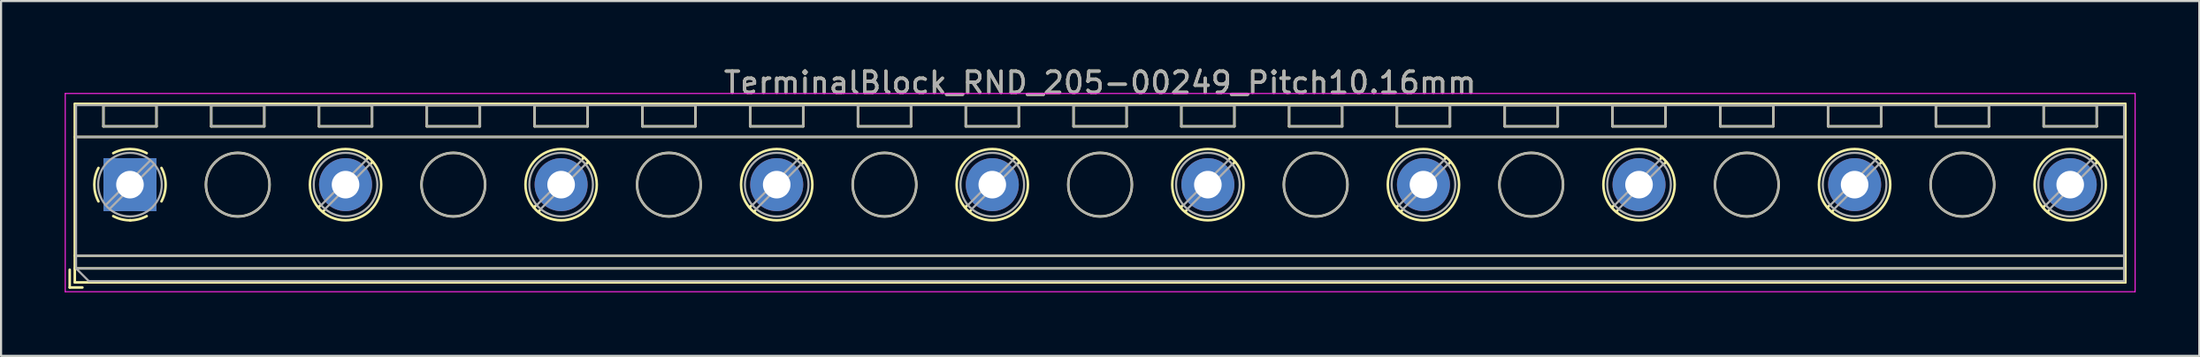
<source format=kicad_pcb>
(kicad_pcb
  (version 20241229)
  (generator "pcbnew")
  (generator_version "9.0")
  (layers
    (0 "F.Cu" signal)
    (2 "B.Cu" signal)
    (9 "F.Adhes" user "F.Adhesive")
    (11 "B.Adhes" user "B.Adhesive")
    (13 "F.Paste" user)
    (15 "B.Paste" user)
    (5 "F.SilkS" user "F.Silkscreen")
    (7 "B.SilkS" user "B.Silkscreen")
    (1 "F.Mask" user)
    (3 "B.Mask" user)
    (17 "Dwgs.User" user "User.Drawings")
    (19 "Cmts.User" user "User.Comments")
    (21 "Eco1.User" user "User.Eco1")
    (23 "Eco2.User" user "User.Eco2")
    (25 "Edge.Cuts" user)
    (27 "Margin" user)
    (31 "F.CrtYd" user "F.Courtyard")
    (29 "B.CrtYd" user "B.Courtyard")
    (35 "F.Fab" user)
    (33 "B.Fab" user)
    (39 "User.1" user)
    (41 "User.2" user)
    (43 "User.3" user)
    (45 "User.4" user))
  (footprint "TerminalBlock_RND_205-00249_Pitch10.16mm"
    (layer "F.Cu")
    (at 3.075 5.658)
    (property "Reference" "TerminalBlock_RND_205-00249_Pitch10.16mm" (at 45.72 -4.81 0) (layer "F.SilkS") (effects (font (size 1 1) (thickness 0.15))))
    (attr through_hole)
    (fp_line (start -2.84 4.01) (end -2.84 4.85) (stroke (width 0.12) (type solid)) (layer "F.SilkS"))
    (fp_line (start -2.84 4.85) (end -2.24 4.85) (stroke (width 0.12) (type solid)) (layer "F.SilkS"))
    (fp_line (start -2.6 -3.81) (end -2.6 4.61) (stroke (width 0.12) (type solid)) (layer "F.SilkS"))
    (fp_line (start -2.6 -2.25) (end 94.04 -2.25) (stroke (width 0.12) (type solid)) (layer "F.SilkS"))
    (fp_line (start -2.6 3.35) (end 94.04 3.35) (stroke (width 0.12) (type solid)) (layer "F.SilkS"))
    (fp_line (start -2.6 3.95) (end 94.04 3.95) (stroke (width 0.12) (type solid)) (layer "F.SilkS"))
    (fp_line (start -2.6 4.61) (end 94.04 4.61) (stroke (width 0.12) (type solid)) (layer "F.SilkS"))
    (fp_line (start -1.25 -3.751) (end -1.25 -2.751) (stroke (width 0.12) (type solid)) (layer "F.SilkS"))
    (fp_line (start -1.25 -3.751) (end 1.25 -3.751) (stroke (width 0.12) (type solid)) (layer "F.SilkS"))
    (fp_line (start -1.25 -2.751) (end 1.25 -2.751) (stroke (width 0.12) (type solid)) (layer "F.SilkS"))
    (fp_line (start 1.25 -3.751) (end 1.25 -2.751) (stroke (width 0.12) (type solid)) (layer "F.SilkS"))
    (fp_line (start 3.83 -3.751) (end 3.83 -2.751) (stroke (width 0.12) (type solid)) (layer "F.SilkS"))
    (fp_line (start 3.83 -3.751) (end 6.33 -3.751) (stroke (width 0.12) (type solid)) (layer "F.SilkS"))
    (fp_line (start 3.83 -2.751) (end 6.33 -2.751) (stroke (width 0.12) (type solid)) (layer "F.SilkS"))
    (fp_line (start 6.33 -3.751) (end 6.33 -2.751) (stroke (width 0.12) (type solid)) (layer "F.SilkS"))
    (fp_line (start 8.91 -3.751) (end 8.91 -2.751) (stroke (width 0.12) (type solid)) (layer "F.SilkS"))
    (fp_line (start 8.91 -3.751) (end 11.41 -3.751) (stroke (width 0.12) (type solid)) (layer "F.SilkS"))
    (fp_line (start 8.91 -2.751) (end 11.41 -2.751) (stroke (width 0.12) (type solid)) (layer "F.SilkS"))
    (fp_line (start 8.98 0.976) (end 8.886 1.069) (stroke (width 0.12) (type solid)) (layer "F.SilkS"))
    (fp_line (start 9.15 1.216) (end 9.091 1.274) (stroke (width 0.12) (type solid)) (layer "F.SilkS"))
    (fp_line (start 11.23 -1.275) (end 11.171 -1.216) (stroke (width 0.12) (type solid)) (layer "F.SilkS"))
    (fp_line (start 11.41 -3.751) (end 11.41 -2.751) (stroke (width 0.12) (type solid)) (layer "F.SilkS"))
    (fp_line (start 11.435 -1.069) (end 11.341 -0.976) (stroke (width 0.12) (type solid)) (layer "F.SilkS"))
    (fp_line (start 13.99 -3.751) (end 13.99 -2.751) (stroke (width 0.12) (type solid)) (layer "F.SilkS"))
    (fp_line (start 13.99 -3.751) (end 16.49 -3.751) (stroke (width 0.12) (type solid)) (layer "F.SilkS"))
    (fp_line (start 13.99 -2.751) (end 16.49 -2.751) (stroke (width 0.12) (type solid)) (layer "F.SilkS"))
    (fp_line (start 16.49 -3.751) (end 16.49 -2.751) (stroke (width 0.12) (type solid)) (layer "F.SilkS"))
    (fp_line (start 19.07 -3.751) (end 19.07 -2.751) (stroke (width 0.12) (type solid)) (layer "F.SilkS"))
    (fp_line (start 19.07 -3.751) (end 21.57 -3.751) (stroke (width 0.12) (type solid)) (layer "F.SilkS"))
    (fp_line (start 19.07 -2.751) (end 21.57 -2.751) (stroke (width 0.12) (type solid)) (layer "F.SilkS"))
    (fp_line (start 19.14 0.976) (end 19.046 1.069) (stroke (width 0.12) (type solid)) (layer "F.SilkS"))
    (fp_line (start 19.31 1.216) (end 19.251 1.274) (stroke (width 0.12) (type solid)) (layer "F.SilkS"))
    (fp_line (start 21.39 -1.275) (end 21.331 -1.216) (stroke (width 0.12) (type solid)) (layer "F.SilkS"))
    (fp_line (start 21.57 -3.751) (end 21.57 -2.751) (stroke (width 0.12) (type solid)) (layer "F.SilkS"))
    (fp_line (start 21.595 -1.069) (end 21.501 -0.976) (stroke (width 0.12) (type solid)) (layer "F.SilkS"))
    (fp_line (start 24.15 -3.751) (end 24.15 -2.751) (stroke (width 0.12) (type solid)) (layer "F.SilkS"))
    (fp_line (start 24.15 -3.751) (end 26.65 -3.751) (stroke (width 0.12) (type solid)) (layer "F.SilkS"))
    (fp_line (start 24.15 -2.751) (end 26.65 -2.751) (stroke (width 0.12) (type solid)) (layer "F.SilkS"))
    (fp_line (start 26.65 -3.751) (end 26.65 -2.751) (stroke (width 0.12) (type solid)) (layer "F.SilkS"))
    (fp_line (start 29.23 -3.751) (end 29.23 -2.751) (stroke (width 0.12) (type solid)) (layer "F.SilkS"))
    (fp_line (start 29.23 -3.751) (end 31.73 -3.751) (stroke (width 0.12) (type solid)) (layer "F.SilkS"))
    (fp_line (start 29.23 -2.751) (end 31.73 -2.751) (stroke (width 0.12) (type solid)) (layer "F.SilkS"))
    (fp_line (start 29.3 0.976) (end 29.206 1.069) (stroke (width 0.12) (type solid)) (layer "F.SilkS"))
    (fp_line (start 29.47 1.216) (end 29.411 1.274) (stroke (width 0.12) (type solid)) (layer "F.SilkS"))
    (fp_line (start 31.55 -1.275) (end 31.491 -1.216) (stroke (width 0.12) (type solid)) (layer "F.SilkS"))
    (fp_line (start 31.73 -3.751) (end 31.73 -2.751) (stroke (width 0.12) (type solid)) (layer "F.SilkS"))
    (fp_line (start 31.755 -1.069) (end 31.661 -0.976) (stroke (width 0.12) (type solid)) (layer "F.SilkS"))
    (fp_line (start 34.31 -3.751) (end 34.31 -2.751) (stroke (width 0.12) (type solid)) (layer "F.SilkS"))
    (fp_line (start 34.31 -3.751) (end 36.81 -3.751) (stroke (width 0.12) (type solid)) (layer "F.SilkS"))
    (fp_line (start 34.31 -2.751) (end 36.81 -2.751) (stroke (width 0.12) (type solid)) (layer "F.SilkS"))
    (fp_line (start 36.81 -3.751) (end 36.81 -2.751) (stroke (width 0.12) (type solid)) (layer "F.SilkS"))
    (fp_line (start 39.39 -3.751) (end 39.39 -2.751) (stroke (width 0.12) (type solid)) (layer "F.SilkS"))
    (fp_line (start 39.39 -3.751) (end 41.89 -3.751) (stroke (width 0.12) (type solid)) (layer "F.SilkS"))
    (fp_line (start 39.39 -2.751) (end 41.89 -2.751) (stroke (width 0.12) (type solid)) (layer "F.SilkS"))
    (fp_line (start 39.46 0.976) (end 39.366 1.069) (stroke (width 0.12) (type solid)) (layer "F.SilkS"))
    (fp_line (start 39.63 1.216) (end 39.571 1.274) (stroke (width 0.12) (type solid)) (layer "F.SilkS"))
    (fp_line (start 41.71 -1.275) (end 41.651 -1.216) (stroke (width 0.12) (type solid)) (layer "F.SilkS"))
    (fp_line (start 41.89 -3.751) (end 41.89 -2.751) (stroke (width 0.12) (type solid)) (layer "F.SilkS"))
    (fp_line (start 41.915 -1.069) (end 41.821 -0.976) (stroke (width 0.12) (type solid)) (layer "F.SilkS"))
    (fp_line (start 44.47 -3.751) (end 44.47 -2.751) (stroke (width 0.12) (type solid)) (layer "F.SilkS"))
    (fp_line (start 44.47 -3.751) (end 46.97 -3.751) (stroke (width 0.12) (type solid)) (layer "F.SilkS"))
    (fp_line (start 44.47 -2.751) (end 46.97 -2.751) (stroke (width 0.12) (type solid)) (layer "F.SilkS"))
    (fp_line (start 46.97 -3.751) (end 46.97 -2.751) (stroke (width 0.12) (type solid)) (layer "F.SilkS"))
    (fp_line (start 49.55 -3.751) (end 49.55 -2.751) (stroke (width 0.12) (type solid)) (layer "F.SilkS"))
    (fp_line (start 49.55 -3.751) (end 52.05 -3.751) (stroke (width 0.12) (type solid)) (layer "F.SilkS"))
    (fp_line (start 49.55 -2.751) (end 52.05 -2.751) (stroke (width 0.12) (type solid)) (layer "F.SilkS"))
    (fp_line (start 49.62 0.976) (end 49.526 1.069) (stroke (width 0.12) (type solid)) (layer "F.SilkS"))
    (fp_line (start 49.79 1.216) (end 49.731 1.274) (stroke (width 0.12) (type solid)) (layer "F.SilkS"))
    (fp_line (start 51.87 -1.275) (end 51.811 -1.216) (stroke (width 0.12) (type solid)) (layer "F.SilkS"))
    (fp_line (start 52.05 -3.751) (end 52.05 -2.751) (stroke (width 0.12) (type solid)) (layer "F.SilkS"))
    (fp_line (start 52.075 -1.069) (end 51.981 -0.976) (stroke (width 0.12) (type solid)) (layer "F.SilkS"))
    (fp_line (start 54.63 -3.751) (end 54.63 -2.751) (stroke (width 0.12) (type solid)) (layer "F.SilkS"))
    (fp_line (start 54.63 -3.751) (end 57.13 -3.751) (stroke (width 0.12) (type solid)) (layer "F.SilkS"))
    (fp_line (start 54.63 -2.751) (end 57.13 -2.751) (stroke (width 0.12) (type solid)) (layer "F.SilkS"))
    (fp_line (start 57.13 -3.751) (end 57.13 -2.751) (stroke (width 0.12) (type solid)) (layer "F.SilkS"))
    (fp_line (start 59.71 -3.751) (end 59.71 -2.751) (stroke (width 0.12) (type solid)) (layer "F.SilkS"))
    (fp_line (start 59.71 -3.751) (end 62.21 -3.751) (stroke (width 0.12) (type solid)) (layer "F.SilkS"))
    (fp_line (start 59.71 -2.751) (end 62.21 -2.751) (stroke (width 0.12) (type solid)) (layer "F.SilkS"))
    (fp_line (start 59.78 0.976) (end 59.686 1.069) (stroke (width 0.12) (type solid)) (layer "F.SilkS"))
    (fp_line (start 59.95 1.216) (end 59.891 1.274) (stroke (width 0.12) (type solid)) (layer "F.SilkS"))
    (fp_line (start 62.03 -1.275) (end 61.971 -1.216) (stroke (width 0.12) (type solid)) (layer "F.SilkS"))
    (fp_line (start 62.21 -3.751) (end 62.21 -2.751) (stroke (width 0.12) (type solid)) (layer "F.SilkS"))
    (fp_line (start 62.235 -1.069) (end 62.141 -0.976) (stroke (width 0.12) (type solid)) (layer "F.SilkS"))
    (fp_line (start 64.791 -3.751) (end 64.791 -2.751) (stroke (width 0.12) (type solid)) (layer "F.SilkS"))
    (fp_line (start 64.791 -3.751) (end 67.29 -3.751) (stroke (width 0.12) (type solid)) (layer "F.SilkS"))
    (fp_line (start 64.791 -2.751) (end 67.29 -2.751) (stroke (width 0.12) (type solid)) (layer "F.SilkS"))
    (fp_line (start 67.29 -3.751) (end 67.29 -2.751) (stroke (width 0.12) (type solid)) (layer "F.SilkS"))
    (fp_line (start 69.87 -3.751) (end 69.87 -2.751) (stroke (width 0.12) (type solid)) (layer "F.SilkS"))
    (fp_line (start 69.87 -3.751) (end 72.37 -3.751) (stroke (width 0.12) (type solid)) (layer "F.SilkS"))
    (fp_line (start 69.87 -2.751) (end 72.37 -2.751) (stroke (width 0.12) (type solid)) (layer "F.SilkS"))
    (fp_line (start 69.94 0.976) (end 69.846 1.069) (stroke (width 0.12) (type solid)) (layer "F.SilkS"))
    (fp_line (start 70.11 1.216) (end 70.051 1.274) (stroke (width 0.12) (type solid)) (layer "F.SilkS"))
    (fp_line (start 72.19 -1.275) (end 72.131 -1.216) (stroke (width 0.12) (type solid)) (layer "F.SilkS"))
    (fp_line (start 72.37 -3.751) (end 72.37 -2.751) (stroke (width 0.12) (type solid)) (layer "F.SilkS"))
    (fp_line (start 72.395 -1.069) (end 72.301 -0.976) (stroke (width 0.12) (type solid)) (layer "F.SilkS"))
    (fp_line (start 74.95 -3.751) (end 74.95 -2.751) (stroke (width 0.12) (type solid)) (layer "F.SilkS"))
    (fp_line (start 74.95 -3.751) (end 77.45 -3.751) (stroke (width 0.12) (type solid)) (layer "F.SilkS"))
    (fp_line (start 74.95 -2.751) (end 77.45 -2.751) (stroke (width 0.12) (type solid)) (layer "F.SilkS"))
    (fp_line (start 77.45 -3.751) (end 77.45 -2.751) (stroke (width 0.12) (type solid)) (layer "F.SilkS"))
    (fp_line (start 80.03 -3.751) (end 80.03 -2.751) (stroke (width 0.12) (type solid)) (layer "F.SilkS"))
    (fp_line (start 80.03 -3.751) (end 82.53 -3.751) (stroke (width 0.12) (type solid)) (layer "F.SilkS"))
    (fp_line (start 80.03 -2.751) (end 82.53 -2.751) (stroke (width 0.12) (type solid)) (layer "F.SilkS"))
    (fp_line (start 80.1 0.976) (end 80.006 1.069) (stroke (width 0.12) (type solid)) (layer "F.SilkS"))
    (fp_line (start 80.27 1.216) (end 80.211 1.274) (stroke (width 0.12) (type solid)) (layer "F.SilkS"))
    (fp_line (start 82.35 -1.275) (end 82.291 -1.216) (stroke (width 0.12) (type solid)) (layer "F.SilkS"))
    (fp_line (start 82.53 -3.751) (end 82.53 -2.751) (stroke (width 0.12) (type solid)) (layer "F.SilkS"))
    (fp_line (start 82.555 -1.069) (end 82.461 -0.976) (stroke (width 0.12) (type solid)) (layer "F.SilkS"))
    (fp_line (start 85.11 -3.751) (end 85.11 -2.751) (stroke (width 0.12) (type solid)) (layer "F.SilkS"))
    (fp_line (start 85.11 -3.751) (end 87.61 -3.751) (stroke (width 0.12) (type solid)) (layer "F.SilkS"))
    (fp_line (start 85.11 -2.751) (end 87.61 -2.751) (stroke (width 0.12) (type solid)) (layer "F.SilkS"))
    (fp_line (start 87.61 -3.751) (end 87.61 -2.751) (stroke (width 0.12) (type solid)) (layer "F.SilkS"))
    (fp_line (start 90.19 -3.751) (end 90.19 -2.751) (stroke (width 0.12) (type solid)) (layer "F.SilkS"))
    (fp_line (start 90.19 -3.751) (end 92.69 -3.751) (stroke (width 0.12) (type solid)) (layer "F.SilkS"))
    (fp_line (start 90.19 -2.751) (end 92.69 -2.751) (stroke (width 0.12) (type solid)) (layer "F.SilkS"))
    (fp_line (start 90.26 0.976) (end 90.166 1.069) (stroke (width 0.12) (type solid)) (layer "F.SilkS"))
    (fp_line (start 90.43 1.216) (end 90.371 1.274) (stroke (width 0.12) (type solid)) (layer "F.SilkS"))
    (fp_line (start 92.51 -1.275) (end 92.451 -1.216) (stroke (width 0.12) (type solid)) (layer "F.SilkS"))
    (fp_line (start 92.69 -3.751) (end 92.69 -2.751) (stroke (width 0.12) (type solid)) (layer "F.SilkS"))
    (fp_line (start 92.715 -1.069) (end 92.621 -0.976) (stroke (width 0.12) (type solid)) (layer "F.SilkS"))
    (fp_line (start 94.04 -3.81) (end -2.6 -3.81) (stroke (width 0.12) (type solid)) (layer "F.SilkS"))
    (fp_line (start 94.04 4.61) (end 94.04 -3.81) (stroke (width 0.12) (type solid)) (layer "F.SilkS"))
    (fp_arc (start -1.483953 0.789089) (mid -1.680708 0.00005) (end -1.484 -0.789) (stroke (width 0.12) (type solid)) (layer "F.SilkS"))
    (fp_arc (start -0.789089 -1.483953) (mid -0.00005 -1.680708) (end 0.789 -1.484) (stroke (width 0.12) (type solid)) (layer "F.SilkS"))
    (fp_arc (start 0.029383 1.68045) (mid -0.392304 1.634281) (end -0.789 1.484) (stroke (width 0.12) (type solid)) (layer "F.SilkS"))
    (fp_arc (start 0.788712 1.483352) (mid 0.406429 1.630097) (end 0 1.68) (stroke (width 0.12) (type solid)) (layer "F.SilkS"))
    (fp_arc (start 1.483953 -0.789089) (mid 1.680708 -0.00005) (end 1.484 0.789) (stroke (width 0.12) (type solid)) (layer "F.SilkS"))
    (fp_circle (center 5.08 0) (end 6.58 0) (stroke (width 0.12) (type solid)) (fill no) (layer "F.SilkS"))
    (fp_circle (center 10.16 0) (end 11.84 0) (stroke (width 0.12) (type solid)) (fill no) (layer "F.SilkS"))
    (fp_circle (center 15.24 0) (end 16.74 0) (stroke (width 0.12) (type solid)) (fill no) (layer "F.SilkS"))
    (fp_circle (center 20.32 0) (end 22 0) (stroke (width 0.12) (type solid)) (fill no) (layer "F.SilkS"))
    (fp_circle (center 25.4 0) (end 26.9 0) (stroke (width 0.12) (type solid)) (fill no) (layer "F.SilkS"))
    (fp_circle (center 30.48 0) (end 32.16 0) (stroke (width 0.12) (type solid)) (fill no) (layer "F.SilkS"))
    (fp_circle (center 35.56 0) (end 37.06 0) (stroke (width 0.12) (type solid)) (fill no) (layer "F.SilkS"))
    (fp_circle (center 40.64 0) (end 42.32 0) (stroke (width 0.12) (type solid)) (fill no) (layer "F.SilkS"))
    (fp_circle (center 45.72 0) (end 47.22 0) (stroke (width 0.12) (type solid)) (fill no) (layer "F.SilkS"))
    (fp_circle (center 50.8 0) (end 52.48 0) (stroke (width 0.12) (type solid)) (fill no) (layer "F.SilkS"))
    (fp_circle (center 55.88 0) (end 57.38 0) (stroke (width 0.12) (type solid)) (fill no) (layer "F.SilkS"))
    (fp_circle (center 60.96 0) (end 62.64 0) (stroke (width 0.12) (type solid)) (fill no) (layer "F.SilkS"))
    (fp_circle (center 66.04 0) (end 67.54 0) (stroke (width 0.12) (type solid)) (fill no) (layer "F.SilkS"))
    (fp_circle (center 71.12 0) (end 72.8 0) (stroke (width 0.12) (type solid)) (fill no) (layer "F.SilkS"))
    (fp_circle (center 76.2 0) (end 77.7 0) (stroke (width 0.12) (type solid)) (fill no) (layer "F.SilkS"))
    (fp_circle (center 81.28 0) (end 82.96 0) (stroke (width 0.12) (type solid)) (fill no) (layer "F.SilkS"))
    (fp_circle (center 86.36 0) (end 87.86 0) (stroke (width 0.12) (type solid)) (fill no) (layer "F.SilkS"))
    (fp_circle (center 91.44 0) (end 93.12 0) (stroke (width 0.12) (type solid)) (fill no) (layer "F.SilkS"))
    (fp_line (start -3.05 -4.3) (end -3.05 5.05) (stroke (width 0.05) (type solid)) (layer "F.CrtYd"))
    (fp_line (start -3.05 5.05) (end 94.5 5.05) (stroke (width 0.05) (type solid)) (layer "F.CrtYd"))
    (fp_line (start 94.5 -4.3) (end -3.05 -4.3) (stroke (width 0.05) (type solid)) (layer "F.CrtYd"))
    (fp_line (start 94.5 5.05) (end 94.5 -4.3) (stroke (width 0.05) (type solid)) (layer "F.CrtYd"))
    (fp_line (start -2.54 -3.75) (end 93.98 -3.75) (stroke (width 0.1) (type solid)) (layer "F.Fab"))
    (fp_line (start -2.54 -2.25) (end 93.98 -2.25) (stroke (width 0.1) (type solid)) (layer "F.Fab"))
    (fp_line (start -2.54 3.35) (end 93.98 3.35) (stroke (width 0.1) (type solid)) (layer "F.Fab"))
    (fp_line (start -2.54 3.95) (end -2.54 -3.75) (stroke (width 0.1) (type solid)) (layer "F.Fab"))
    (fp_line (start -2.54 3.95) (end 93.98 3.95) (stroke (width 0.1) (type solid)) (layer "F.Fab"))
    (fp_line (start -1.94 4.55) (end -2.54 3.95) (stroke (width 0.1) (type solid)) (layer "F.Fab"))
    (fp_line (start -1.25 -3.75) (end -1.25 -2.75) (stroke (width 0.1) (type solid)) (layer "F.Fab"))
    (fp_line (start -1.25 -2.75) (end 1.25 -2.75) (stroke (width 0.1) (type solid)) (layer "F.Fab"))
    (fp_line (start 0.955 -1.138) (end -1.138 0.955) (stroke (width 0.1) (type solid)) (layer "F.Fab"))
    (fp_line (start 1.138 -0.955) (end -0.955 1.138) (stroke (width 0.1) (type solid)) (layer "F.Fab"))
    (fp_line (start 1.25 -3.75) (end -1.25 -3.75) (stroke (width 0.1) (type solid)) (layer "F.Fab"))
    (fp_line (start 1.25 -2.75) (end 1.25 -3.75) (stroke (width 0.1) (type solid)) (layer "F.Fab"))
    (fp_line (start 3.83 -3.75) (end 3.83 -2.75) (stroke (width 0.1) (type solid)) (layer "F.Fab"))
    (fp_line (start 3.83 -2.75) (end 6.33 -2.75) (stroke (width 0.1) (type solid)) (layer "F.Fab"))
    (fp_line (start 6.33 -3.75) (end 3.83 -3.75) (stroke (width 0.1) (type solid)) (layer "F.Fab"))
    (fp_line (start 6.33 -2.75) (end 6.33 -3.75) (stroke (width 0.1) (type solid)) (layer "F.Fab"))
    (fp_line (start 8.91 -3.75) (end 8.91 -2.75) (stroke (width 0.1) (type solid)) (layer "F.Fab"))
    (fp_line (start 8.91 -2.75) (end 11.41 -2.75) (stroke (width 0.1) (type solid)) (layer "F.Fab"))
    (fp_line (start 11.115 -1.138) (end 9.023 0.955) (stroke (width 0.1) (type solid)) (layer "F.Fab"))
    (fp_line (start 11.298 -0.955) (end 9.206 1.138) (stroke (width 0.1) (type solid)) (layer "F.Fab"))
    (fp_line (start 11.41 -3.75) (end 8.91 -3.75) (stroke (width 0.1) (type solid)) (layer "F.Fab"))
    (fp_line (start 11.41 -2.75) (end 11.41 -3.75) (stroke (width 0.1) (type solid)) (layer "F.Fab"))
    (fp_line (start 13.99 -3.75) (end 13.99 -2.75) (stroke (width 0.1) (type solid)) (layer "F.Fab"))
    (fp_line (start 13.99 -2.75) (end 16.49 -2.75) (stroke (width 0.1) (type solid)) (layer "F.Fab"))
    (fp_line (start 16.49 -3.75) (end 13.99 -3.75) (stroke (width 0.1) (type solid)) (layer "F.Fab"))
    (fp_line (start 16.49 -2.75) (end 16.49 -3.75) (stroke (width 0.1) (type solid)) (layer "F.Fab"))
    (fp_line (start 19.07 -3.75) (end 19.07 -2.75) (stroke (width 0.1) (type solid)) (layer "F.Fab"))
    (fp_line (start 19.07 -2.75) (end 21.57 -2.75) (stroke (width 0.1) (type solid)) (layer "F.Fab"))
    (fp_line (start 21.275 -1.138) (end 19.183 0.955) (stroke (width 0.1) (type solid)) (layer "F.Fab"))
    (fp_line (start 21.458 -0.955) (end 19.366 1.138) (stroke (width 0.1) (type solid)) (layer "F.Fab"))
    (fp_line (start 21.57 -3.75) (end 19.07 -3.75) (stroke (width 0.1) (type solid)) (layer "F.Fab"))
    (fp_line (start 21.57 -2.75) (end 21.57 -3.75) (stroke (width 0.1) (type solid)) (layer "F.Fab"))
    (fp_line (start 24.15 -3.75) (end 24.15 -2.75) (stroke (width 0.1) (type solid)) (layer "F.Fab"))
    (fp_line (start 24.15 -2.75) (end 26.65 -2.75) (stroke (width 0.1) (type solid)) (layer "F.Fab"))
    (fp_line (start 26.65 -3.75) (end 24.15 -3.75) (stroke (width 0.1) (type solid)) (layer "F.Fab"))
    (fp_line (start 26.65 -2.75) (end 26.65 -3.75) (stroke (width 0.1) (type solid)) (layer "F.Fab"))
    (fp_line (start 29.23 -3.75) (end 29.23 -2.75) (stroke (width 0.1) (type solid)) (layer "F.Fab"))
    (fp_line (start 29.23 -2.75) (end 31.73 -2.75) (stroke (width 0.1) (type solid)) (layer "F.Fab"))
    (fp_line (start 31.435 -1.138) (end 29.343 0.955) (stroke (width 0.1) (type solid)) (layer "F.Fab"))
    (fp_line (start 31.618 -0.955) (end 29.526 1.138) (stroke (width 0.1) (type solid)) (layer "F.Fab"))
    (fp_line (start 31.73 -3.75) (end 29.23 -3.75) (stroke (width 0.1) (type solid)) (layer "F.Fab"))
    (fp_line (start 31.73 -2.75) (end 31.73 -3.75) (stroke (width 0.1) (type solid)) (layer "F.Fab"))
    (fp_line (start 34.31 -3.75) (end 34.31 -2.75) (stroke (width 0.1) (type solid)) (layer "F.Fab"))
    (fp_line (start 34.31 -2.75) (end 36.81 -2.75) (stroke (width 0.1) (type solid)) (layer "F.Fab"))
    (fp_line (start 36.81 -3.75) (end 34.31 -3.75) (stroke (width 0.1) (type solid)) (layer "F.Fab"))
    (fp_line (start 36.81 -2.75) (end 36.81 -3.75) (stroke (width 0.1) (type solid)) (layer "F.Fab"))
    (fp_line (start 39.39 -3.75) (end 39.39 -2.75) (stroke (width 0.1) (type solid)) (layer "F.Fab"))
    (fp_line (start 39.39 -2.75) (end 41.89 -2.75) (stroke (width 0.1) (type solid)) (layer "F.Fab"))
    (fp_line (start 41.595 -1.138) (end 39.503 0.955) (stroke (width 0.1) (type solid)) (layer "F.Fab"))
    (fp_line (start 41.778 -0.955) (end 39.686 1.138) (stroke (width 0.1) (type solid)) (layer "F.Fab"))
    (fp_line (start 41.89 -3.75) (end 39.39 -3.75) (stroke (width 0.1) (type solid)) (layer "F.Fab"))
    (fp_line (start 41.89 -2.75) (end 41.89 -3.75) (stroke (width 0.1) (type solid)) (layer "F.Fab"))
    (fp_line (start 44.47 -3.75) (end 44.47 -2.75) (stroke (width 0.1) (type solid)) (layer "F.Fab"))
    (fp_line (start 44.47 -2.75) (end 46.97 -2.75) (stroke (width 0.1) (type solid)) (layer "F.Fab"))
    (fp_line (start 46.97 -3.75) (end 44.47 -3.75) (stroke (width 0.1) (type solid)) (layer "F.Fab"))
    (fp_line (start 46.97 -2.75) (end 46.97 -3.75) (stroke (width 0.1) (type solid)) (layer "F.Fab"))
    (fp_line (start 49.55 -3.75) (end 49.55 -2.75) (stroke (width 0.1) (type solid)) (layer "F.Fab"))
    (fp_line (start 49.55 -2.75) (end 52.05 -2.75) (stroke (width 0.1) (type solid)) (layer "F.Fab"))
    (fp_line (start 51.755 -1.138) (end 49.663 0.955) (stroke (width 0.1) (type solid)) (layer "F.Fab"))
    (fp_line (start 51.938 -0.955) (end 49.846 1.138) (stroke (width 0.1) (type solid)) (layer "F.Fab"))
    (fp_line (start 52.05 -3.75) (end 49.55 -3.75) (stroke (width 0.1) (type solid)) (layer "F.Fab"))
    (fp_line (start 52.05 -2.75) (end 52.05 -3.75) (stroke (width 0.1) (type solid)) (layer "F.Fab"))
    (fp_line (start 54.63 -3.75) (end 54.63 -2.75) (stroke (width 0.1) (type solid)) (layer "F.Fab"))
    (fp_line (start 54.63 -2.75) (end 57.13 -2.75) (stroke (width 0.1) (type solid)) (layer "F.Fab"))
    (fp_line (start 57.13 -3.75) (end 54.63 -3.75) (stroke (width 0.1) (type solid)) (layer "F.Fab"))
    (fp_line (start 57.13 -2.75) (end 57.13 -3.75) (stroke (width 0.1) (type solid)) (layer "F.Fab"))
    (fp_line (start 59.71 -3.75) (end 59.71 -2.75) (stroke (width 0.1) (type solid)) (layer "F.Fab"))
    (fp_line (start 59.71 -2.75) (end 62.21 -2.75) (stroke (width 0.1) (type solid)) (layer "F.Fab"))
    (fp_line (start 61.915 -1.138) (end 59.823 0.955) (stroke (width 0.1) (type solid)) (layer "F.Fab"))
    (fp_line (start 62.098 -0.955) (end 60.006 1.138) (stroke (width 0.1) (type solid)) (layer "F.Fab"))
    (fp_line (start 62.21 -3.75) (end 59.71 -3.75) (stroke (width 0.1) (type solid)) (layer "F.Fab"))
    (fp_line (start 62.21 -2.75) (end 62.21 -3.75) (stroke (width 0.1) (type solid)) (layer "F.Fab"))
    (fp_line (start 64.79 -3.75) (end 64.79 -2.75) (stroke (width 0.1) (type solid)) (layer "F.Fab"))
    (fp_line (start 64.79 -2.75) (end 67.29 -2.75) (stroke (width 0.1) (type solid)) (layer "F.Fab"))
    (fp_line (start 67.29 -3.75) (end 64.79 -3.75) (stroke (width 0.1) (type solid)) (layer "F.Fab"))
    (fp_line (start 67.29 -2.75) (end 67.29 -3.75) (stroke (width 0.1) (type solid)) (layer "F.Fab"))
    (fp_line (start 69.87 -3.75) (end 69.87 -2.75) (stroke (width 0.1) (type solid)) (layer "F.Fab"))
    (fp_line (start 69.87 -2.75) (end 72.37 -2.75) (stroke (width 0.1) (type solid)) (layer "F.Fab"))
    (fp_line (start 72.075 -1.138) (end 69.983 0.955) (stroke (width 0.1) (type solid)) (layer "F.Fab"))
    (fp_line (start 72.258 -0.955) (end 70.166 1.138) (stroke (width 0.1) (type solid)) (layer "F.Fab"))
    (fp_line (start 72.37 -3.75) (end 69.87 -3.75) (stroke (width 0.1) (type solid)) (layer "F.Fab"))
    (fp_line (start 72.37 -2.75) (end 72.37 -3.75) (stroke (width 0.1) (type solid)) (layer "F.Fab"))
    (fp_line (start 74.95 -3.75) (end 74.95 -2.75) (stroke (width 0.1) (type solid)) (layer "F.Fab"))
    (fp_line (start 74.95 -2.75) (end 77.45 -2.75) (stroke (width 0.1) (type solid)) (layer "F.Fab"))
    (fp_line (start 77.45 -3.75) (end 74.95 -3.75) (stroke (width 0.1) (type solid)) (layer "F.Fab"))
    (fp_line (start 77.45 -2.75) (end 77.45 -3.75) (stroke (width 0.1) (type solid)) (layer "F.Fab"))
    (fp_line (start 80.03 -3.75) (end 80.03 -2.75) (stroke (width 0.1) (type solid)) (layer "F.Fab"))
    (fp_line (start 80.03 -2.75) (end 82.53 -2.75) (stroke (width 0.1) (type solid)) (layer "F.Fab"))
    (fp_line (start 82.235 -1.138) (end 80.143 0.955) (stroke (width 0.1) (type solid)) (layer "F.Fab"))
    (fp_line (start 82.418 -0.955) (end 80.326 1.138) (stroke (width 0.1) (type solid)) (layer "F.Fab"))
    (fp_line (start 82.53 -3.75) (end 80.03 -3.75) (stroke (width 0.1) (type solid)) (layer "F.Fab"))
    (fp_line (start 82.53 -2.75) (end 82.53 -3.75) (stroke (width 0.1) (type solid)) (layer "F.Fab"))
    (fp_line (start 85.11 -3.75) (end 85.11 -2.75) (stroke (width 0.1) (type solid)) (layer "F.Fab"))
    (fp_line (start 85.11 -2.75) (end 87.61 -2.75) (stroke (width 0.1) (type solid)) (layer "F.Fab"))
    (fp_line (start 87.61 -3.75) (end 85.11 -3.75) (stroke (width 0.1) (type solid)) (layer "F.Fab"))
    (fp_line (start 87.61 -2.75) (end 87.61 -3.75) (stroke (width 0.1) (type solid)) (layer "F.Fab"))
    (fp_line (start 90.19 -3.75) (end 90.19 -2.75) (stroke (width 0.1) (type solid)) (layer "F.Fab"))
    (fp_line (start 90.19 -2.75) (end 92.69 -2.75) (stroke (width 0.1) (type solid)) (layer "F.Fab"))
    (fp_line (start 92.395 -1.138) (end 90.303 0.955) (stroke (width 0.1) (type solid)) (layer "F.Fab"))
    (fp_line (start 92.578 -0.955) (end 90.486 1.138) (stroke (width 0.1) (type solid)) (layer "F.Fab"))
    (fp_line (start 92.69 -3.75) (end 90.19 -3.75) (stroke (width 0.1) (type solid)) (layer "F.Fab"))
    (fp_line (start 92.69 -2.75) (end 92.69 -3.75) (stroke (width 0.1) (type solid)) (layer "F.Fab"))
    (fp_line (start 93.98 -3.75) (end 93.98 4.55) (stroke (width 0.1) (type solid)) (layer "F.Fab"))
    (fp_line (start 93.98 4.55) (end -1.94 4.55) (stroke (width 0.1) (type solid)) (layer "F.Fab"))
    (fp_circle (center 0 0) (end 1.5 0) (stroke (width 0.1) (type solid)) (fill no) (layer "F.Fab"))
    (fp_circle (center 5.08 0) (end 6.58 0) (stroke (width 0.1) (type solid)) (fill no) (layer "F.Fab"))
    (fp_circle (center 10.16 0) (end 11.66 0) (stroke (width 0.1) (type solid)) (fill no) (layer "F.Fab"))
    (fp_circle (center 15.24 0) (end 16.74 0) (stroke (width 0.1) (type solid)) (fill no) (layer "F.Fab"))
    (fp_circle (center 20.32 0) (end 21.82 0) (stroke (width 0.1) (type solid)) (fill no) (layer "F.Fab"))
    (fp_circle (center 25.4 0) (end 26.9 0) (stroke (width 0.1) (type solid)) (fill no) (layer "F.Fab"))
    (fp_circle (center 30.48 0) (end 31.98 0) (stroke (width 0.1) (type solid)) (fill no) (layer "F.Fab"))
    (fp_circle (center 35.56 0) (end 37.06 0) (stroke (width 0.1) (type solid)) (fill no) (layer "F.Fab"))
    (fp_circle (center 40.64 0) (end 42.14 0) (stroke (width 0.1) (type solid)) (fill no) (layer "F.Fab"))
    (fp_circle (center 45.72 0) (end 47.22 0) (stroke (width 0.1) (type solid)) (fill no) (layer "F.Fab"))
    (fp_circle (center 50.8 0) (end 52.3 0) (stroke (width 0.1) (type solid)) (fill no) (layer "F.Fab"))
    (fp_circle (center 55.88 0) (end 57.38 0) (stroke (width 0.1) (type solid)) (fill no) (layer "F.Fab"))
    (fp_circle (center 60.96 0) (end 62.46 0) (stroke (width 0.1) (type solid)) (fill no) (layer "F.Fab"))
    (fp_circle (center 66.04 0) (end 67.54 0) (stroke (width 0.1) (type solid)) (fill no) (layer "F.Fab"))
    (fp_circle (center 71.12 0) (end 72.62 0) (stroke (width 0.1) (type solid)) (fill no) (layer "F.Fab"))
    (fp_circle (center 76.2 0) (end 77.7 0) (stroke (width 0.1) (type solid)) (fill no) (layer "F.Fab"))
    (fp_circle (center 81.28 0) (end 82.78 0) (stroke (width 0.1) (type solid)) (fill no) (layer "F.Fab"))
    (fp_circle (center 86.36 0) (end 87.86 0) (stroke (width 0.1) (type solid)) (fill no) (layer "F.Fab"))
    (fp_circle (center 91.44 0) (end 92.94 0) (stroke (width 0.1) (type solid)) (fill no) (layer "F.Fab"))
    (fp_text user "${REFERENCE}" (at 45.72 -4.81 0) (layer "F.Fab") (effects (font (size 1 1) (thickness 0.15))))
    (pad "1" thru_hole rect (at 0 0) (size 2.5 2.5) (drill 1.3) (layers "*.Cu" "*.Mask"))
    (pad "2" thru_hole circle (at 10.16 0) (size 2.5 2.5) (drill 1.3) (layers "*.Cu" "*.Mask"))
    (pad "3" thru_hole circle (at 20.32 0) (size 2.5 2.5) (drill 1.3) (layers "*.Cu" "*.Mask"))
    (pad "4" thru_hole circle (at 30.48 0) (size 2.5 2.5) (drill 1.3) (layers "*.Cu" "*.Mask"))
    (pad "5" thru_hole circle (at 40.64 0) (size 2.5 2.5) (drill 1.3) (layers "*.Cu" "*.Mask"))
    (pad "6" thru_hole circle (at 50.8 0) (size 2.5 2.5) (drill 1.3) (layers "*.Cu" "*.Mask"))
    (pad "7" thru_hole circle (at 60.96 0) (size 2.5 2.5) (drill 1.3) (layers "*.Cu" "*.Mask"))
    (pad "8" thru_hole circle (at 71.12 0) (size 2.5 2.5) (drill 1.3) (layers "*.Cu" "*.Mask"))
    (pad "9" thru_hole circle (at 81.28 0) (size 2.5 2.5) (drill 1.3) (layers "*.Cu" "*.Mask"))
    (pad "10" thru_hole circle (at 91.44 0) (size 2.5 2.5) (drill 1.3) (layers "*.Cu" "*.Mask")))
  (gr_rect
    (start -3 -3)
    (end 100.6 13.733)
    (stroke (width 0.1) (type default))
    (fill no)
    (layer "Edge.Cuts")))
</source>
